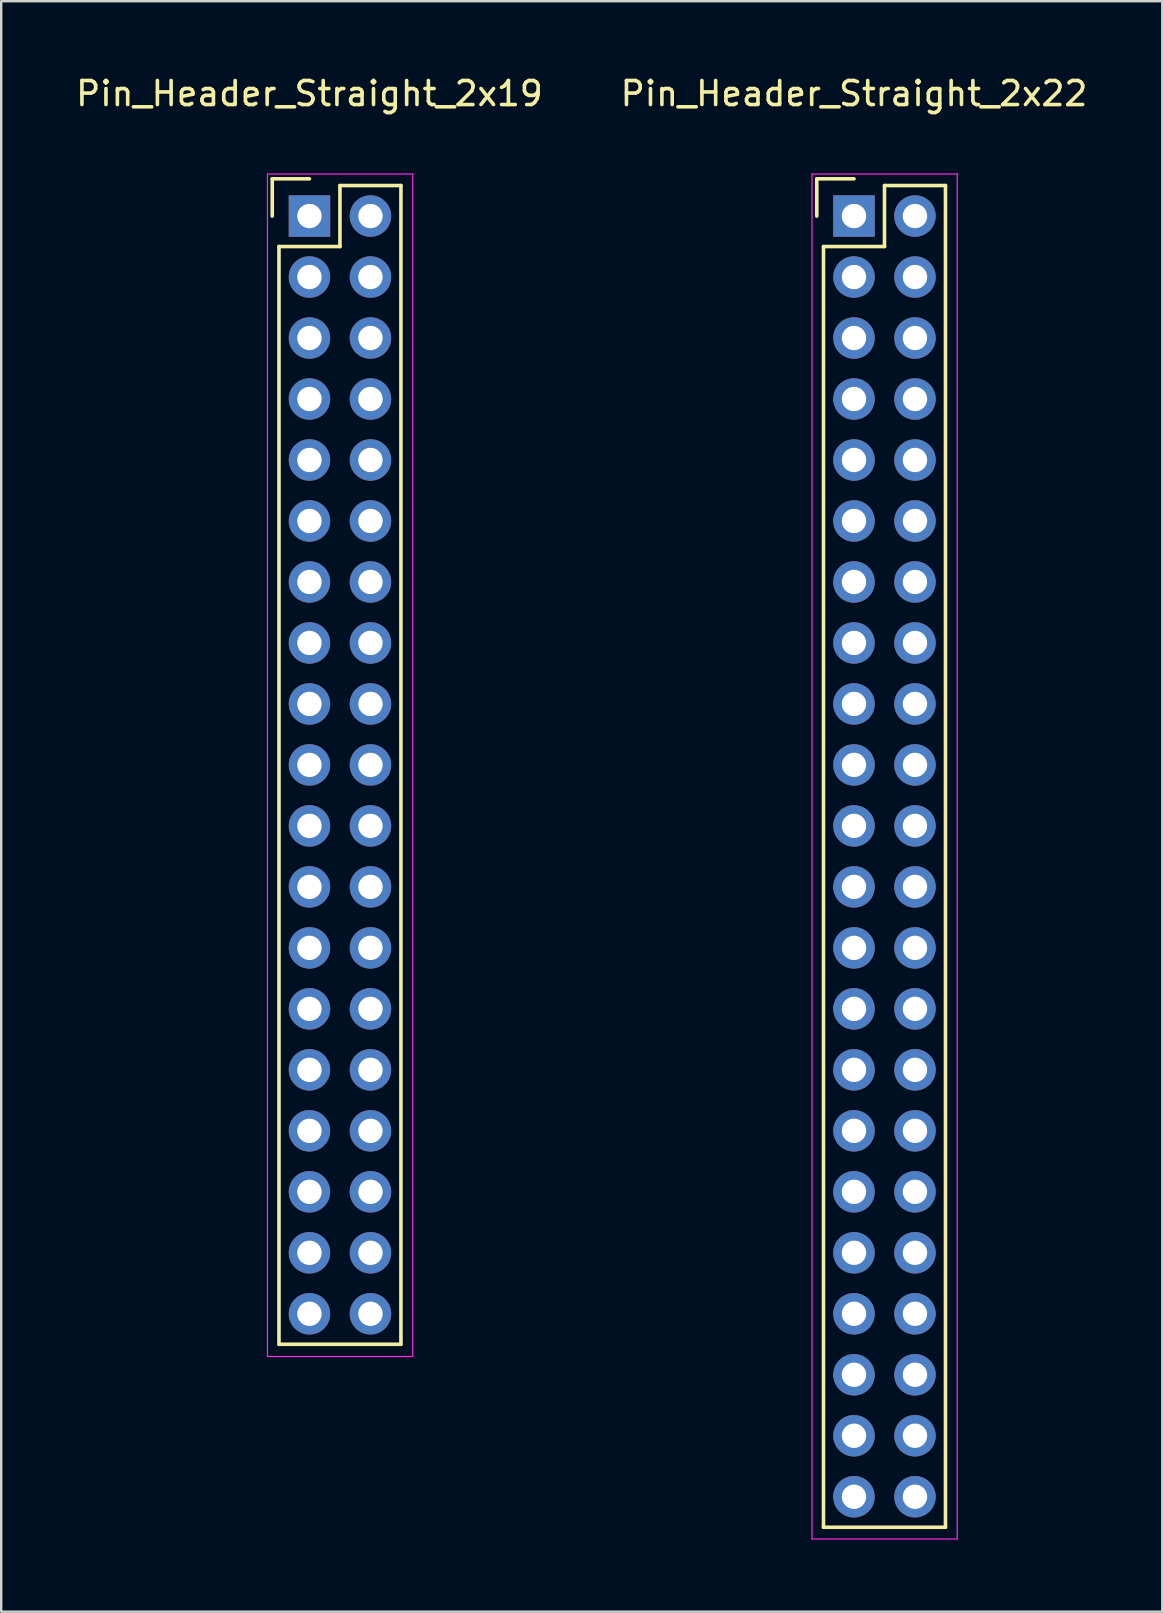
<source format=kicad_pcb>
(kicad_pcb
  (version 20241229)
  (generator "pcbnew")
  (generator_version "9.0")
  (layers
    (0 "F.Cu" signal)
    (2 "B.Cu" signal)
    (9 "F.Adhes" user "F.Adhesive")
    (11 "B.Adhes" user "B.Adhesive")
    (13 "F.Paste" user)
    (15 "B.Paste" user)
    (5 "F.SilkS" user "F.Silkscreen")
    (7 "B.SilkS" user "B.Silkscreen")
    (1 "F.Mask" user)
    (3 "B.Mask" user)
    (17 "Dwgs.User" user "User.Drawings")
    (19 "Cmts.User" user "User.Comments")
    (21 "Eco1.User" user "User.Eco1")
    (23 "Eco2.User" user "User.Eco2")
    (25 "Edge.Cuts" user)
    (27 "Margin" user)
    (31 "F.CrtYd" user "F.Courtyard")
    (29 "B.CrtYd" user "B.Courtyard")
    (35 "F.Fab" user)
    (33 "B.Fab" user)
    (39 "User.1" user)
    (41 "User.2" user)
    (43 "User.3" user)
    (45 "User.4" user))
  (footprint "Pin_Header_Straight_2x22"
    (layer "F.Cu")
    (at 32.518 5.948)
    (property "Reference" "Pin_Header_Straight_2x22" (at 0 -5.1 0) (layer "F.SilkS") (effects (font (size 1 1) (thickness 0.15))))
    (attr through_hole)
    (fp_line (start -1.55 -1.55) (end -1.55 0) (stroke (width 0.15) (type solid)) (layer "F.SilkS"))
    (fp_line (start -1.27 1.27) (end -1.27 54.61) (stroke (width 0.15) (type solid)) (layer "F.SilkS"))
    (fp_line (start 0 -1.55) (end -1.55 -1.55) (stroke (width 0.15) (type solid)) (layer "F.SilkS"))
    (fp_line (start 1.27 -1.27) (end 1.27 1.27) (stroke (width 0.15) (type solid)) (layer "F.SilkS"))
    (fp_line (start 1.27 1.27) (end -1.27 1.27) (stroke (width 0.15) (type solid)) (layer "F.SilkS"))
    (fp_line (start 3.81 -1.27) (end 1.27 -1.27) (stroke (width 0.15) (type solid)) (layer "F.SilkS"))
    (fp_line (start 3.81 54.61) (end -1.27 54.61) (stroke (width 0.15) (type solid)) (layer "F.SilkS"))
    (fp_line (start 3.81 54.61) (end 3.81 -1.27) (stroke (width 0.15) (type solid)) (layer "F.SilkS"))
    (fp_line (start -1.75 -1.75) (end -1.75 55.1) (stroke (width 0.05) (type solid)) (layer "F.CrtYd"))
    (fp_line (start -1.75 -1.75) (end 4.3 -1.75) (stroke (width 0.05) (type solid)) (layer "F.CrtYd"))
    (fp_line (start -1.75 55.1) (end 4.3 55.1) (stroke (width 0.05) (type solid)) (layer "F.CrtYd"))
    (fp_line (start 4.3 -1.75) (end 4.3 55.1) (stroke (width 0.05) (type solid)) (layer "F.CrtYd"))
    (pad "1" thru_hole rect (at 0 0) (size 1.727 1.727) (drill 1.016) (layers "*.Cu" "*.Mask"))
    (pad "2" thru_hole oval (at 2.54 0) (size 1.727 1.727) (drill 1.016) (layers "*.Cu" "*.Mask"))
    (pad "3" thru_hole oval (at 0 2.54) (size 1.727 1.727) (drill 1.016) (layers "*.Cu" "*.Mask"))
    (pad "4" thru_hole oval (at 2.54 2.54) (size 1.727 1.727) (drill 1.016) (layers "*.Cu" "*.Mask"))
    (pad "5" thru_hole oval (at 0 5.08) (size 1.727 1.727) (drill 1.016) (layers "*.Cu" "*.Mask"))
    (pad "6" thru_hole oval (at 2.54 5.08) (size 1.727 1.727) (drill 1.016) (layers "*.Cu" "*.Mask"))
    (pad "7" thru_hole oval (at 0 7.62) (size 1.727 1.727) (drill 1.016) (layers "*.Cu" "*.Mask"))
    (pad "8" thru_hole oval (at 2.54 7.62) (size 1.727 1.727) (drill 1.016) (layers "*.Cu" "*.Mask"))
    (pad "9" thru_hole oval (at 0 10.16) (size 1.727 1.727) (drill 1.016) (layers "*.Cu" "*.Mask"))
    (pad "10" thru_hole oval (at 2.54 10.16) (size 1.727 1.727) (drill 1.016) (layers "*.Cu" "*.Mask"))
    (pad "11" thru_hole oval (at 0 12.7) (size 1.727 1.727) (drill 1.016) (layers "*.Cu" "*.Mask"))
    (pad "12" thru_hole oval (at 2.54 12.7) (size 1.727 1.727) (drill 1.016) (layers "*.Cu" "*.Mask"))
    (pad "13" thru_hole oval (at 0 15.24) (size 1.727 1.727) (drill 1.016) (layers "*.Cu" "*.Mask"))
    (pad "14" thru_hole oval (at 2.54 15.24) (size 1.727 1.727) (drill 1.016) (layers "*.Cu" "*.Mask"))
    (pad "15" thru_hole oval (at 0 17.78) (size 1.727 1.727) (drill 1.016) (layers "*.Cu" "*.Mask"))
    (pad "16" thru_hole oval (at 2.54 17.78) (size 1.727 1.727) (drill 1.016) (layers "*.Cu" "*.Mask"))
    (pad "17" thru_hole oval (at 0 20.32) (size 1.727 1.727) (drill 1.016) (layers "*.Cu" "*.Mask"))
    (pad "18" thru_hole oval (at 2.54 20.32) (size 1.727 1.727) (drill 1.016) (layers "*.Cu" "*.Mask"))
    (pad "19" thru_hole oval (at 0 22.86) (size 1.727 1.727) (drill 1.016) (layers "*.Cu" "*.Mask"))
    (pad "20" thru_hole oval (at 2.54 22.86) (size 1.727 1.727) (drill 1.016) (layers "*.Cu" "*.Mask"))
    (pad "21" thru_hole oval (at 0 25.4) (size 1.727 1.727) (drill 1.016) (layers "*.Cu" "*.Mask"))
    (pad "22" thru_hole oval (at 2.54 25.4) (size 1.727 1.727) (drill 1.016) (layers "*.Cu" "*.Mask"))
    (pad "23" thru_hole oval (at 0 27.94) (size 1.727 1.727) (drill 1.016) (layers "*.Cu" "*.Mask"))
    (pad "24" thru_hole oval (at 2.54 27.94) (size 1.727 1.727) (drill 1.016) (layers "*.Cu" "*.Mask"))
    (pad "25" thru_hole oval (at 0 30.48) (size 1.727 1.727) (drill 1.016) (layers "*.Cu" "*.Mask"))
    (pad "26" thru_hole oval (at 2.54 30.48) (size 1.727 1.727) (drill 1.016) (layers "*.Cu" "*.Mask"))
    (pad "27" thru_hole oval (at 0 33.02) (size 1.727 1.727) (drill 1.016) (layers "*.Cu" "*.Mask"))
    (pad "28" thru_hole oval (at 2.54 33.02) (size 1.727 1.727) (drill 1.016) (layers "*.Cu" "*.Mask"))
    (pad "29" thru_hole oval (at 0 35.56) (size 1.727 1.727) (drill 1.016) (layers "*.Cu" "*.Mask"))
    (pad "30" thru_hole oval (at 2.54 35.56) (size 1.727 1.727) (drill 1.016) (layers "*.Cu" "*.Mask"))
    (pad "31" thru_hole oval (at 0 38.1) (size 1.727 1.727) (drill 1.016) (layers "*.Cu" "*.Mask"))
    (pad "32" thru_hole oval (at 2.54 38.1) (size 1.727 1.727) (drill 1.016) (layers "*.Cu" "*.Mask"))
    (pad "33" thru_hole oval (at 0 40.64) (size 1.727 1.727) (drill 1.016) (layers "*.Cu" "*.Mask"))
    (pad "34" thru_hole oval (at 2.54 40.64) (size 1.727 1.727) (drill 1.016) (layers "*.Cu" "*.Mask"))
    (pad "35" thru_hole oval (at 0 43.18) (size 1.727 1.727) (drill 1.016) (layers "*.Cu" "*.Mask"))
    (pad "36" thru_hole oval (at 2.54 43.18) (size 1.727 1.727) (drill 1.016) (layers "*.Cu" "*.Mask"))
    (pad "37" thru_hole oval (at 0 45.72) (size 1.727 1.727) (drill 1.016) (layers "*.Cu" "*.Mask"))
    (pad "38" thru_hole oval (at 2.54 45.72) (size 1.727 1.727) (drill 1.016) (layers "*.Cu" "*.Mask"))
    (pad "39" thru_hole oval (at 0 48.26) (size 1.727 1.727) (drill 1.016) (layers "*.Cu" "*.Mask"))
    (pad "40" thru_hole oval (at 2.54 48.26) (size 1.727 1.727) (drill 1.016) (layers "*.Cu" "*.Mask"))
    (pad "41" thru_hole oval (at 0 50.8) (size 1.727 1.727) (drill 1.016) (layers "*.Cu" "*.Mask"))
    (pad "42" thru_hole oval (at 2.54 50.8) (size 1.727 1.727) (drill 1.016) (layers "*.Cu" "*.Mask"))
    (pad "43" thru_hole oval (at 0 53.34) (size 1.727 1.727) (drill 1.016) (layers "*.Cu" "*.Mask"))
    (pad "44" thru_hole oval (at 2.54 53.34) (size 1.727 1.727) (drill 1.016) (layers "*.Cu" "*.Mask")))
  (footprint "Pin_Header_Straight_2x19"
    (layer "F.Cu")
    (at 9.839 5.948)
    (property "Reference" "Pin_Header_Straight_2x19" (at 0 -5.1 0) (layer "F.SilkS") (effects (font (size 1 1) (thickness 0.15))))
    (attr through_hole)
    (fp_line (start -1.55 -1.55) (end -1.55 0) (stroke (width 0.15) (type solid)) (layer "F.SilkS"))
    (fp_line (start -1.27 46.99) (end -1.27 1.27) (stroke (width 0.15) (type solid)) (layer "F.SilkS"))
    (fp_line (start 0 -1.55) (end -1.55 -1.55) (stroke (width 0.15) (type solid)) (layer "F.SilkS"))
    (fp_line (start 1.27 -1.27) (end 1.27 1.27) (stroke (width 0.15) (type solid)) (layer "F.SilkS"))
    (fp_line (start 1.27 1.27) (end -1.27 1.27) (stroke (width 0.15) (type solid)) (layer "F.SilkS"))
    (fp_line (start 3.81 -1.27) (end 1.27 -1.27) (stroke (width 0.15) (type solid)) (layer "F.SilkS"))
    (fp_line (start 3.81 -1.27) (end 3.81 46.99) (stroke (width 0.15) (type solid)) (layer "F.SilkS"))
    (fp_line (start 3.81 46.99) (end -1.27 46.99) (stroke (width 0.15) (type solid)) (layer "F.SilkS"))
    (fp_line (start -1.75 -1.75) (end -1.75 47.5) (stroke (width 0.05) (type solid)) (layer "F.CrtYd"))
    (fp_line (start -1.75 -1.75) (end 4.3 -1.75) (stroke (width 0.05) (type solid)) (layer "F.CrtYd"))
    (fp_line (start -1.75 47.5) (end 4.3 47.5) (stroke (width 0.05) (type solid)) (layer "F.CrtYd"))
    (fp_line (start 4.3 -1.75) (end 4.3 47.5) (stroke (width 0.05) (type solid)) (layer "F.CrtYd"))
    (pad "1" thru_hole rect (at 0 0) (size 1.727 1.727) (drill 1.016) (layers "*.Cu" "*.Mask"))
    (pad "2" thru_hole oval (at 2.54 0) (size 1.727 1.727) (drill 1.016) (layers "*.Cu" "*.Mask"))
    (pad "3" thru_hole oval (at 0 2.54) (size 1.727 1.727) (drill 1.016) (layers "*.Cu" "*.Mask"))
    (pad "4" thru_hole oval (at 2.54 2.54) (size 1.727 1.727) (drill 1.016) (layers "*.Cu" "*.Mask"))
    (pad "5" thru_hole oval (at 0 5.08) (size 1.727 1.727) (drill 1.016) (layers "*.Cu" "*.Mask"))
    (pad "6" thru_hole oval (at 2.54 5.08) (size 1.727 1.727) (drill 1.016) (layers "*.Cu" "*.Mask"))
    (pad "7" thru_hole oval (at 0 7.62) (size 1.727 1.727) (drill 1.016) (layers "*.Cu" "*.Mask"))
    (pad "8" thru_hole oval (at 2.54 7.62) (size 1.727 1.727) (drill 1.016) (layers "*.Cu" "*.Mask"))
    (pad "9" thru_hole oval (at 0 10.16) (size 1.727 1.727) (drill 1.016) (layers "*.Cu" "*.Mask"))
    (pad "10" thru_hole oval (at 2.54 10.16) (size 1.727 1.727) (drill 1.016) (layers "*.Cu" "*.Mask"))
    (pad "11" thru_hole oval (at 0 12.7) (size 1.727 1.727) (drill 1.016) (layers "*.Cu" "*.Mask"))
    (pad "12" thru_hole oval (at 2.54 12.7) (size 1.727 1.727) (drill 1.016) (layers "*.Cu" "*.Mask"))
    (pad "13" thru_hole oval (at 0 15.24) (size 1.727 1.727) (drill 1.016) (layers "*.Cu" "*.Mask"))
    (pad "14" thru_hole oval (at 2.54 15.24) (size 1.727 1.727) (drill 1.016) (layers "*.Cu" "*.Mask"))
    (pad "15" thru_hole oval (at 0 17.78) (size 1.727 1.727) (drill 1.016) (layers "*.Cu" "*.Mask"))
    (pad "16" thru_hole oval (at 2.54 17.78) (size 1.727 1.727) (drill 1.016) (layers "*.Cu" "*.Mask"))
    (pad "17" thru_hole oval (at 0 20.32) (size 1.727 1.727) (drill 1.016) (layers "*.Cu" "*.Mask"))
    (pad "18" thru_hole oval (at 2.54 20.32) (size 1.727 1.727) (drill 1.016) (layers "*.Cu" "*.Mask"))
    (pad "19" thru_hole oval (at 0 22.86) (size 1.727 1.727) (drill 1.016) (layers "*.Cu" "*.Mask"))
    (pad "20" thru_hole oval (at 2.54 22.86) (size 1.727 1.727) (drill 1.016) (layers "*.Cu" "*.Mask"))
    (pad "21" thru_hole oval (at 0 25.4) (size 1.727 1.727) (drill 1.016) (layers "*.Cu" "*.Mask"))
    (pad "22" thru_hole oval (at 2.54 25.4) (size 1.727 1.727) (drill 1.016) (layers "*.Cu" "*.Mask"))
    (pad "23" thru_hole oval (at 0 27.94) (size 1.727 1.727) (drill 1.016) (layers "*.Cu" "*.Mask"))
    (pad "24" thru_hole oval (at 2.54 27.94) (size 1.727 1.727) (drill 1.016) (layers "*.Cu" "*.Mask"))
    (pad "25" thru_hole oval (at 0 30.48) (size 1.727 1.727) (drill 1.016) (layers "*.Cu" "*.Mask"))
    (pad "26" thru_hole oval (at 2.54 30.48) (size 1.727 1.727) (drill 1.016) (layers "*.Cu" "*.Mask"))
    (pad "27" thru_hole oval (at 0 33.02) (size 1.727 1.727) (drill 1.016) (layers "*.Cu" "*.Mask"))
    (pad "28" thru_hole oval (at 2.54 33.02) (size 1.727 1.727) (drill 1.016) (layers "*.Cu" "*.Mask"))
    (pad "29" thru_hole oval (at 0 35.56) (size 1.727 1.727) (drill 1.016) (layers "*.Cu" "*.Mask"))
    (pad "30" thru_hole oval (at 2.54 35.56) (size 1.727 1.727) (drill 1.016) (layers "*.Cu" "*.Mask"))
    (pad "31" thru_hole oval (at 0 38.1) (size 1.727 1.727) (drill 1.016) (layers "*.Cu" "*.Mask"))
    (pad "32" thru_hole oval (at 2.54 38.1) (size 1.727 1.727) (drill 1.016) (layers "*.Cu" "*.Mask"))
    (pad "33" thru_hole oval (at 0 40.64) (size 1.727 1.727) (drill 1.016) (layers "*.Cu" "*.Mask"))
    (pad "34" thru_hole oval (at 2.54 40.64) (size 1.727 1.727) (drill 1.016) (layers "*.Cu" "*.Mask"))
    (pad "35" thru_hole oval (at 0 43.18) (size 1.727 1.727) (drill 1.016) (layers "*.Cu" "*.Mask"))
    (pad "36" thru_hole oval (at 2.54 43.18) (size 1.727 1.727) (drill 1.016) (layers "*.Cu" "*.Mask"))
    (pad "37" thru_hole oval (at 0 45.72) (size 1.727 1.727) (drill 1.016) (layers "*.Cu" "*.Mask"))
    (pad "38" thru_hole oval (at 2.54 45.72) (size 1.727 1.727) (drill 1.016) (layers "*.Cu" "*.Mask")))
  (gr_rect
    (start -3 -3)
    (end 45.357 64.073)
    (stroke (width 0.1) (type default))
    (fill no)
    (layer "Edge.Cuts")))
</source>
